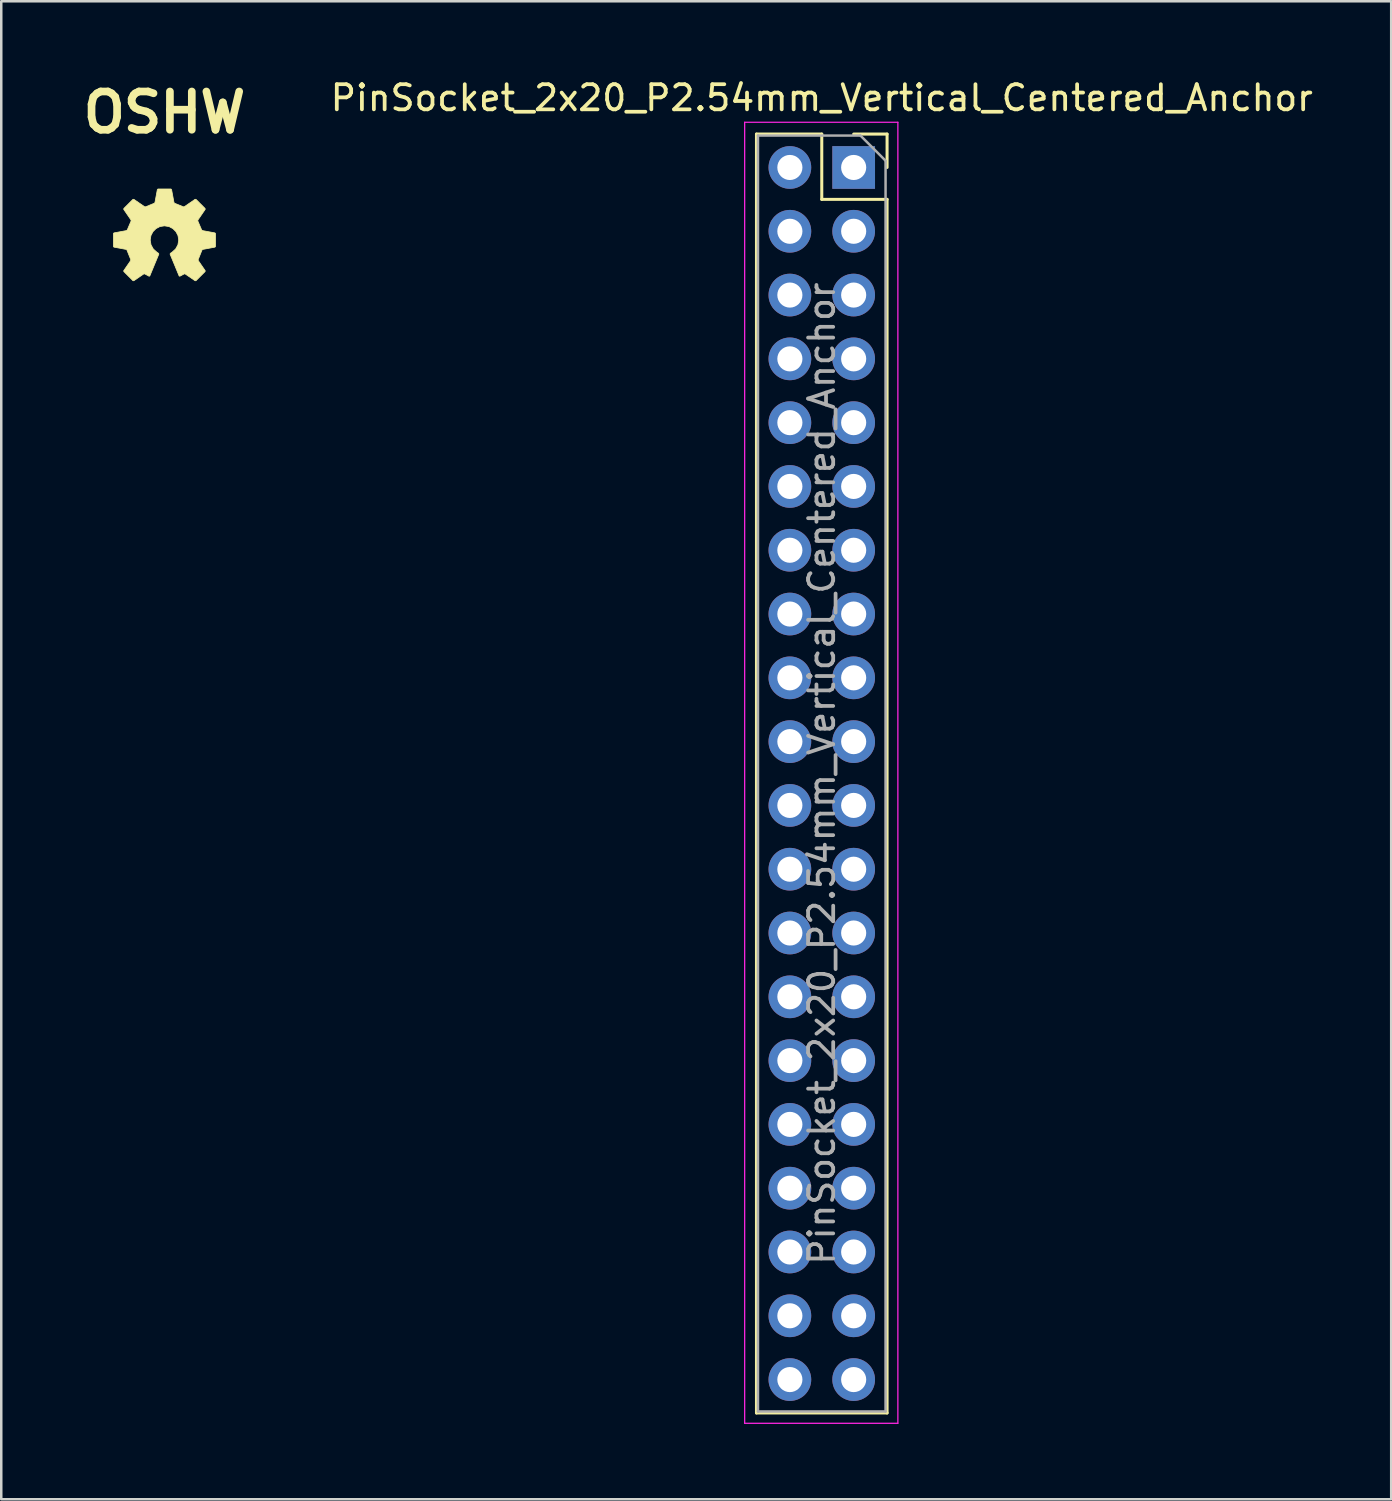
<source format=kicad_pcb>
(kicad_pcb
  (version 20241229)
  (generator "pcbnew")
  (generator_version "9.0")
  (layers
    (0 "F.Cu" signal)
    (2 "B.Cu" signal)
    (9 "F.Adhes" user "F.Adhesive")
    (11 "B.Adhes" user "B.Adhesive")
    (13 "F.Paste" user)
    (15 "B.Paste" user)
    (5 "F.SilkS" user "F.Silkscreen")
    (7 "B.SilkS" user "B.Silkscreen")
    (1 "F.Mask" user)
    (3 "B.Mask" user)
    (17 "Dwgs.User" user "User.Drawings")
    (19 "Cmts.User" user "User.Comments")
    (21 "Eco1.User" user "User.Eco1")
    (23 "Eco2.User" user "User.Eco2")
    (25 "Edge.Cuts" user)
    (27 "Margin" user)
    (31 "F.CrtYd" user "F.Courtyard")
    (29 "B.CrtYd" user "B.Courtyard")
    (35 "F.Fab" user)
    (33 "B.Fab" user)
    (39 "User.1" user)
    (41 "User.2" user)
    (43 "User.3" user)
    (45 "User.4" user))
  (footprint "PinSocket_2x20_P2.54mm_Vertical_Centered_Anchor"
    (layer "F.Cu")
    (at 29.669 27.748)
    (property "Reference" "PinSocket_2x20_P2.54mm_Vertical_Centered_Anchor" (at 0 -26.9 0) (layer "F.SilkS") (effects (font (size 1 1) (thickness 0.15))))
    (attr through_hole)
    (fp_line (start -2.6 -25.46) (end -2.6 25.46) (stroke (width 0.12) (type solid)) (layer "F.SilkS"))
    (fp_line (start -2.6 -25.46) (end 0 -25.46) (stroke (width 0.12) (type solid)) (layer "F.SilkS"))
    (fp_line (start -2.6 25.46) (end 2.6 25.46) (stroke (width 0.12) (type solid)) (layer "F.SilkS"))
    (fp_line (start 0 -25.46) (end 0 -22.86) (stroke (width 0.12) (type solid)) (layer "F.SilkS"))
    (fp_line (start 0 -22.86) (end 2.6 -22.86) (stroke (width 0.12) (type solid)) (layer "F.SilkS"))
    (fp_line (start 1.27 -25.46) (end 2.6 -25.46) (stroke (width 0.12) (type solid)) (layer "F.SilkS"))
    (fp_line (start 2.6 -25.46) (end 2.6 -24.13) (stroke (width 0.12) (type solid)) (layer "F.SilkS"))
    (fp_line (start 2.6 -22.86) (end 2.6 25.46) (stroke (width 0.12) (type solid)) (layer "F.SilkS"))
    (fp_line (start -3.07 -25.93) (end 3.03 -25.93) (stroke (width 0.05) (type solid)) (layer "F.CrtYd"))
    (fp_line (start -3.07 25.87) (end -3.07 -25.93) (stroke (width 0.05) (type solid)) (layer "F.CrtYd"))
    (fp_line (start 3.03 -25.93) (end 3.03 25.87) (stroke (width 0.05) (type solid)) (layer "F.CrtYd"))
    (fp_line (start 3.03 25.87) (end -3.07 25.87) (stroke (width 0.05) (type solid)) (layer "F.CrtYd"))
    (fp_line (start -2.54 -25.4) (end 1.54 -25.4) (stroke (width 0.1) (type solid)) (layer "F.Fab"))
    (fp_line (start -2.54 25.4) (end -2.54 -25.4) (stroke (width 0.1) (type solid)) (layer "F.Fab"))
    (fp_line (start 1.54 -25.4) (end 2.54 -24.4) (stroke (width 0.1) (type solid)) (layer "F.Fab"))
    (fp_line (start 2.54 -24.4) (end 2.54 25.4) (stroke (width 0.1) (type solid)) (layer "F.Fab"))
    (fp_line (start 2.54 25.4) (end -2.54 25.4) (stroke (width 0.1) (type solid)) (layer "F.Fab"))
    (fp_text user "${REFERENCE}" (at 0 0 90) (layer "F.Fab") (effects (font (size 1 1) (thickness 0.15))))
    (pad "1" thru_hole rect (at 1.27 -24.13) (size 1.7 1.7) (drill 1) (layers "*.Cu" "*.Mask"))
    (pad "2" thru_hole oval (at -1.27 -24.13) (size 1.7 1.7) (drill 1) (layers "*.Cu" "*.Mask"))
    (pad "3" thru_hole oval (at 1.27 -21.59) (size 1.7 1.7) (drill 1) (layers "*.Cu" "*.Mask"))
    (pad "4" thru_hole oval (at -1.27 -21.59) (size 1.7 1.7) (drill 1) (layers "*.Cu" "*.Mask"))
    (pad "5" thru_hole oval (at 1.27 -19.05) (size 1.7 1.7) (drill 1) (layers "*.Cu" "*.Mask"))
    (pad "6" thru_hole oval (at -1.27 -19.05) (size 1.7 1.7) (drill 1) (layers "*.Cu" "*.Mask"))
    (pad "7" thru_hole oval (at 1.27 -16.51) (size 1.7 1.7) (drill 1) (layers "*.Cu" "*.Mask"))
    (pad "8" thru_hole oval (at -1.27 -16.51) (size 1.7 1.7) (drill 1) (layers "*.Cu" "*.Mask"))
    (pad "9" thru_hole oval (at 1.27 -13.97) (size 1.7 1.7) (drill 1) (layers "*.Cu" "*.Mask"))
    (pad "10" thru_hole oval (at -1.27 -13.97) (size 1.7 1.7) (drill 1) (layers "*.Cu" "*.Mask"))
    (pad "11" thru_hole oval (at 1.27 -11.43) (size 1.7 1.7) (drill 1) (layers "*.Cu" "*.Mask"))
    (pad "12" thru_hole oval (at -1.27 -11.43) (size 1.7 1.7) (drill 1) (layers "*.Cu" "*.Mask"))
    (pad "13" thru_hole oval (at 1.27 -8.89) (size 1.7 1.7) (drill 1) (layers "*.Cu" "*.Mask"))
    (pad "14" thru_hole oval (at -1.27 -8.89) (size 1.7 1.7) (drill 1) (layers "*.Cu" "*.Mask"))
    (pad "15" thru_hole oval (at 1.27 -6.35) (size 1.7 1.7) (drill 1) (layers "*.Cu" "*.Mask"))
    (pad "16" thru_hole oval (at -1.27 -6.35) (size 1.7 1.7) (drill 1) (layers "*.Cu" "*.Mask"))
    (pad "17" thru_hole oval (at 1.27 -3.81) (size 1.7 1.7) (drill 1) (layers "*.Cu" "*.Mask"))
    (pad "18" thru_hole oval (at -1.27 -3.81) (size 1.7 1.7) (drill 1) (layers "*.Cu" "*.Mask"))
    (pad "19" thru_hole oval (at 1.27 -1.27) (size 1.7 1.7) (drill 1) (layers "*.Cu" "*.Mask"))
    (pad "20" thru_hole oval (at -1.27 -1.27) (size 1.7 1.7) (drill 1) (layers "*.Cu" "*.Mask"))
    (pad "21" thru_hole oval (at 1.27 1.27) (size 1.7 1.7) (drill 1) (layers "*.Cu" "*.Mask"))
    (pad "22" thru_hole oval (at -1.27 1.27) (size 1.7 1.7) (drill 1) (layers "*.Cu" "*.Mask"))
    (pad "23" thru_hole oval (at 1.27 3.81) (size 1.7 1.7) (drill 1) (layers "*.Cu" "*.Mask"))
    (pad "24" thru_hole oval (at -1.27 3.81) (size 1.7 1.7) (drill 1) (layers "*.Cu" "*.Mask"))
    (pad "25" thru_hole oval (at 1.27 6.35) (size 1.7 1.7) (drill 1) (layers "*.Cu" "*.Mask"))
    (pad "26" thru_hole oval (at -1.27 6.35) (size 1.7 1.7) (drill 1) (layers "*.Cu" "*.Mask"))
    (pad "27" thru_hole oval (at 1.27 8.89) (size 1.7 1.7) (drill 1) (layers "*.Cu" "*.Mask"))
    (pad "28" thru_hole oval (at -1.27 8.89) (size 1.7 1.7) (drill 1) (layers "*.Cu" "*.Mask"))
    (pad "29" thru_hole oval (at 1.27 11.43) (size 1.7 1.7) (drill 1) (layers "*.Cu" "*.Mask"))
    (pad "30" thru_hole oval (at -1.27 11.43) (size 1.7 1.7) (drill 1) (layers "*.Cu" "*.Mask"))
    (pad "31" thru_hole oval (at 1.27 13.97) (size 1.7 1.7) (drill 1) (layers "*.Cu" "*.Mask"))
    (pad "32" thru_hole oval (at -1.27 13.97) (size 1.7 1.7) (drill 1) (layers "*.Cu" "*.Mask"))
    (pad "33" thru_hole oval (at 1.27 16.51) (size 1.7 1.7) (drill 1) (layers "*.Cu" "*.Mask"))
    (pad "34" thru_hole oval (at -1.27 16.51) (size 1.7 1.7) (drill 1) (layers "*.Cu" "*.Mask"))
    (pad "35" thru_hole oval (at 1.27 19.05) (size 1.7 1.7) (drill 1) (layers "*.Cu" "*.Mask"))
    (pad "36" thru_hole oval (at -1.27 19.05) (size 1.7 1.7) (drill 1) (layers "*.Cu" "*.Mask"))
    (pad "37" thru_hole oval (at 1.27 21.59) (size 1.7 1.7) (drill 1) (layers "*.Cu" "*.Mask"))
    (pad "38" thru_hole oval (at -1.27 21.59) (size 1.7 1.7) (drill 1) (layers "*.Cu" "*.Mask"))
    (pad "39" thru_hole oval (at 1.27 24.13) (size 1.7 1.7) (drill 1) (layers "*.Cu" "*.Mask"))
    (pad "40" thru_hole oval (at -1.27 24.13) (size 1.7 1.7) (drill 1) (layers "*.Cu" "*.Mask")))
  (footprint "OSHW"
    (layer "F.Cu")
    (at 3.498 6.305)
    (property "Reference" "OSHW" (at 0 -4.878 0) (layer "F.SilkS") (effects (font (size 1.524 1.524) (thickness 0.305))))
    (attr smd)
    (fp_poly (pts (xy 2.01 -0.082) (xy 1.511 -0.175) (xy 1.481 -0.2) (xy 1.328 -0.557) (xy 1.331 -0.595) (xy 1.622 -1.019) (xy 1.618 -1.054) (xy 1.255 -1.417) (xy 1.221 -1.42) (xy 0.79 -1.124) (xy 0.751 -1.121) (xy 0.405 -1.263) (xy 0.379 -1.292) (xy 0.283 -1.808) (xy 0.257 -1.83) (xy -0.257 -1.83) (xy -0.283 -1.808) (xy -0.379 -1.292) (xy -0.405 -1.263) (xy -0.751 -1.121) (xy -0.79 -1.124) (xy -1.221 -1.42) (xy -1.255 -1.417) (xy -1.618 -1.054) (xy -1.622 -1.019) (xy -1.331 -0.595) (xy -1.328 -0.557) (xy -1.481 -0.2) (xy -1.511 -0.175) (xy -2.01 -0.082) (xy -2.032 -0.055) (xy -2.032 0.458) (xy -2.01 0.485) (xy -1.523 0.576) (xy -1.494 0.601) (xy -1.342 0.981) (xy -1.345 1.02) (xy -1.622 1.422) (xy -1.618 1.457) (xy -1.255 1.82) (xy -1.221 1.823) (xy -0.825 1.552) (xy -0.787 1.55) (xy -0.613 1.643) (xy -0.584 1.633) (xy -0.224 0.763) (xy -0.235 0.731) (xy -0.278 0.704) (xy -0.306 0.683) (xy -0.444 0.559) (xy -0.535 0.395) (xy -0.568 0.204) (xy -0.539 0.025) (xy -0.458 -0.131) (xy -0.335 -0.254) (xy -0.18 -0.335) (xy -0.000015 -0.363) (xy 0.179 -0.335) (xy 0.335 -0.254) (xy 0.458 -0.131) (xy 0.539 0.025) (xy 0.568 0.204) (xy 0.535 0.395) (xy 0.444 0.559) (xy 0.306 0.683) (xy 0.278 0.704) (xy 0.235 0.731) (xy 0.224 0.763) (xy 0.584 1.633) (xy 0.613 1.643) (xy 0.787 1.55) (xy 0.825 1.552) (xy 1.221 1.823) (xy 1.255 1.82) (xy 1.618 1.457) (xy 1.622 1.422) (xy 1.345 1.02) (xy 1.342 0.981) (xy 1.494 0.601) (xy 1.523 0.576) (xy 2.01 0.485) (xy 2.032 0.458) (xy 2.032 -0.055) (xy 2.01 -0.082) (xy 2.01 -0.082)) (stroke (width 0.03) (type solid)) (fill yes) (layer "F.SilkS")))
  (gr_rect
    (start -3 -3)
    (end 52.341 56.643)
    (stroke (width 0.1) (type default))
    (fill no)
    (layer "Edge.Cuts")))
</source>
